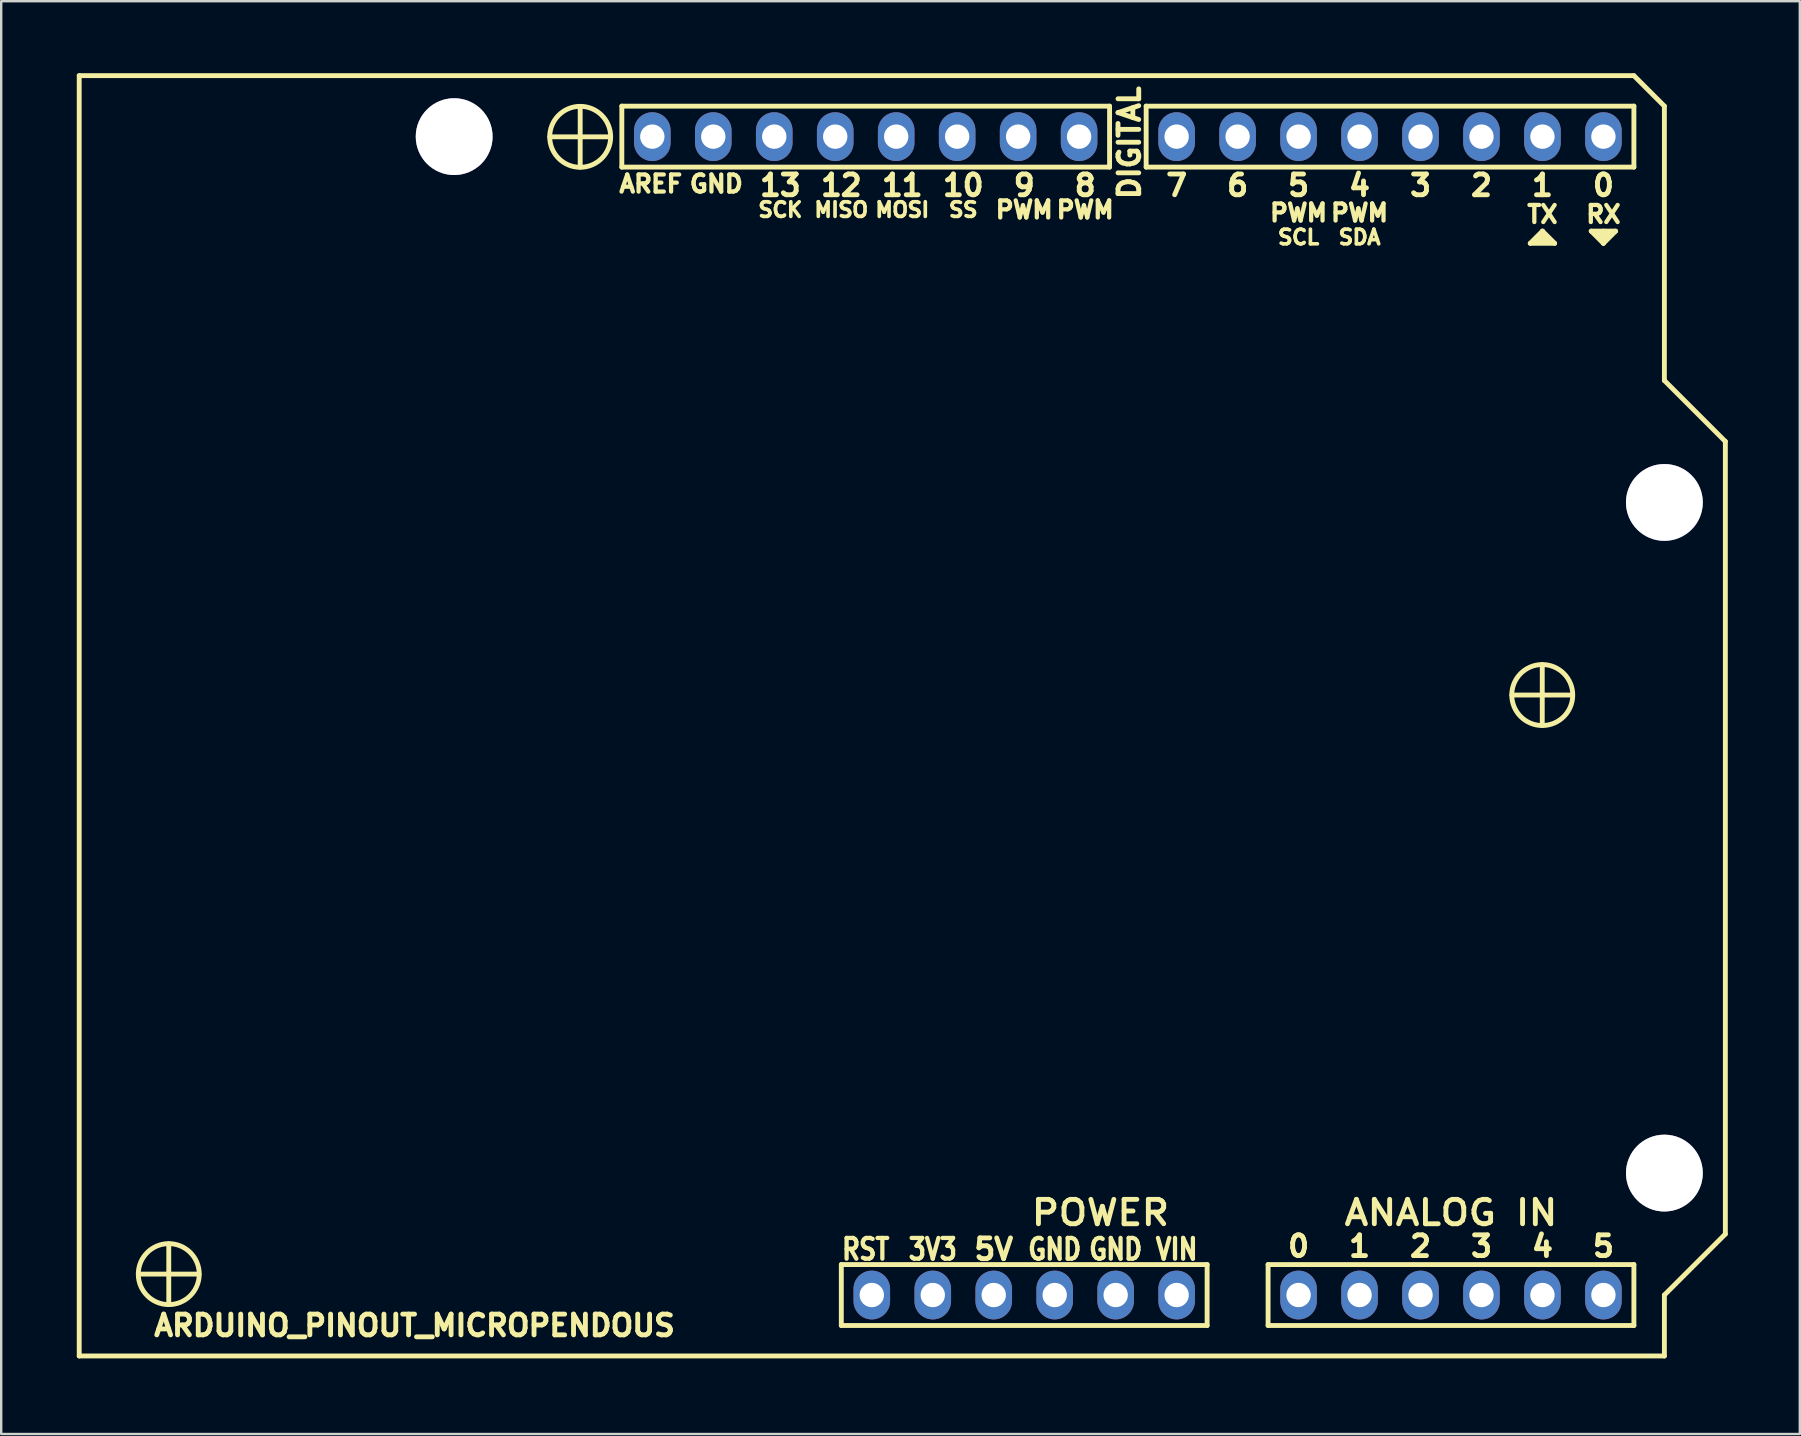
<source format=kicad_pcb>
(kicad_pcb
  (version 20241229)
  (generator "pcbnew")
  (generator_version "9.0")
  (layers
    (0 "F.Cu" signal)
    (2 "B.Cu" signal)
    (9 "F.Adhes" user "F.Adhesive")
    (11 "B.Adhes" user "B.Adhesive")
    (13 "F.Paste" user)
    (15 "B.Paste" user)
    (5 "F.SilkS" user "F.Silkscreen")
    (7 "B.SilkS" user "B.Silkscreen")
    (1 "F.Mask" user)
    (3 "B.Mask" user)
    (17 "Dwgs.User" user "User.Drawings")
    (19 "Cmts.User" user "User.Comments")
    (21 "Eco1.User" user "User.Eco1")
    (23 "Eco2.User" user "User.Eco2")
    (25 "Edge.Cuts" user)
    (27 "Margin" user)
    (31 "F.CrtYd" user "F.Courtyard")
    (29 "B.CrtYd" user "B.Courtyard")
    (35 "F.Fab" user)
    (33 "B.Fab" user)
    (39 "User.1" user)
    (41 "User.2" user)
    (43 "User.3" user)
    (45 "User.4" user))
  (footprint "ARDUINO_PINOUT_MICROPENDOUS"
    (layer "F.Cu")
    (at 0.25 53.442)
    (property "Reference" "ARDUINO_PINOUT_MICROPENDOUS" (at 13.97 -1.27 0) (layer "F.SilkS") (effects (font (size 0.864 0.864) (thickness 0.203))))
    (attr through_hole)
    (fp_line (start 0 -53.34) (end 0 0) (stroke (width 0.203) (type solid)) (layer "F.SilkS"))
    (fp_line (start 3.731 -3.411) (end 2.466 -3.411) (stroke (width 0.203) (type solid)) (layer "F.SilkS"))
    (fp_line (start 3.731 -3.411) (end 3.731 -4.674) (stroke (width 0.203) (type solid)) (layer "F.SilkS"))
    (fp_line (start 3.731 -3.411) (end 3.731 -2.151) (stroke (width 0.203) (type solid)) (layer "F.SilkS"))
    (fp_line (start 3.731 -3.411) (end 4.991 -3.411) (stroke (width 0.203) (type solid)) (layer "F.SilkS"))
    (fp_line (start 20.871 -50.792) (end 19.604 -50.792) (stroke (width 0.203) (type solid)) (layer "F.SilkS"))
    (fp_line (start 20.871 -50.792) (end 20.871 -52.057) (stroke (width 0.203) (type solid)) (layer "F.SilkS"))
    (fp_line (start 20.871 -50.792) (end 20.871 -49.53) (stroke (width 0.203) (type solid)) (layer "F.SilkS"))
    (fp_line (start 20.871 -50.792) (end 22.128 -50.792) (stroke (width 0.203) (type solid)) (layer "F.SilkS"))
    (fp_line (start 22.606 -52.07) (end 22.606 -49.53) (stroke (width 0.203) (type solid)) (layer "F.SilkS"))
    (fp_line (start 22.606 -49.53) (end 42.926 -49.53) (stroke (width 0.203) (type solid)) (layer "F.SilkS"))
    (fp_line (start 31.75 -3.81) (end 31.75 -1.27) (stroke (width 0.203) (type solid)) (layer "F.SilkS"))
    (fp_line (start 31.75 -1.27) (end 46.99 -1.27) (stroke (width 0.203) (type solid)) (layer "F.SilkS"))
    (fp_line (start 42.926 -52.07) (end 22.606 -52.07) (stroke (width 0.203) (type solid)) (layer "F.SilkS"))
    (fp_line (start 42.926 -49.53) (end 42.926 -52.07) (stroke (width 0.203) (type solid)) (layer "F.SilkS"))
    (fp_line (start 44.45 -52.07) (end 44.45 -49.53) (stroke (width 0.203) (type solid)) (layer "F.SilkS"))
    (fp_line (start 44.45 -49.53) (end 64.77 -49.53) (stroke (width 0.203) (type solid)) (layer "F.SilkS"))
    (fp_line (start 46.99 -3.81) (end 31.75 -3.81) (stroke (width 0.203) (type solid)) (layer "F.SilkS"))
    (fp_line (start 46.99 -3.81) (end 46.99 -1.27) (stroke (width 0.203) (type solid)) (layer "F.SilkS"))
    (fp_line (start 49.53 -3.81) (end 64.77 -3.81) (stroke (width 0.203) (type solid)) (layer "F.SilkS"))
    (fp_line (start 49.53 -1.27) (end 49.53 -3.81) (stroke (width 0.203) (type solid)) (layer "F.SilkS"))
    (fp_line (start 60.452 -46.355) (end 60.96 -46.863) (stroke (width 0.203) (type solid)) (layer "F.SilkS"))
    (fp_line (start 60.706 -46.482) (end 61.214 -46.482) (stroke (width 0.203) (type solid)) (layer "F.SilkS"))
    (fp_line (start 60.833 -46.609) (end 61.087 -46.609) (stroke (width 0.203) (type solid)) (layer "F.SilkS"))
    (fp_line (start 60.952 -27.536) (end 59.685 -27.536) (stroke (width 0.203) (type solid)) (layer "F.SilkS"))
    (fp_line (start 60.952 -27.536) (end 60.952 -28.801) (stroke (width 0.203) (type solid)) (layer "F.SilkS"))
    (fp_line (start 60.952 -27.536) (end 60.952 -26.274) (stroke (width 0.203) (type solid)) (layer "F.SilkS"))
    (fp_line (start 60.952 -27.536) (end 62.215 -27.536) (stroke (width 0.203) (type solid)) (layer "F.SilkS"))
    (fp_line (start 60.96 -46.863) (end 60.96 -46.482) (stroke (width 0.203) (type solid)) (layer "F.SilkS"))
    (fp_line (start 60.96 -46.863) (end 61.468 -46.355) (stroke (width 0.203) (type solid)) (layer "F.SilkS"))
    (fp_line (start 61.468 -46.355) (end 60.452 -46.355) (stroke (width 0.203) (type solid)) (layer "F.SilkS"))
    (fp_line (start 62.992 -46.863) (end 64.008 -46.863) (stroke (width 0.203) (type solid)) (layer "F.SilkS"))
    (fp_line (start 63.246 -46.736) (end 63.754 -46.736) (stroke (width 0.203) (type solid)) (layer "F.SilkS"))
    (fp_line (start 63.373 -46.609) (end 63.627 -46.609) (stroke (width 0.203) (type solid)) (layer "F.SilkS"))
    (fp_line (start 63.5 -46.355) (end 62.992 -46.863) (stroke (width 0.203) (type solid)) (layer "F.SilkS"))
    (fp_line (start 63.5 -46.355) (end 63.5 -46.863) (stroke (width 0.203) (type solid)) (layer "F.SilkS"))
    (fp_line (start 64.008 -46.863) (end 63.5 -46.355) (stroke (width 0.203) (type solid)) (layer "F.SilkS"))
    (fp_line (start 64.77 -53.34) (end 0 -53.34) (stroke (width 0.203) (type solid)) (layer "F.SilkS"))
    (fp_line (start 64.77 -53.34) (end 66.04 -52.07) (stroke (width 0.203) (type solid)) (layer "F.SilkS"))
    (fp_line (start 64.77 -52.07) (end 44.45 -52.07) (stroke (width 0.203) (type solid)) (layer "F.SilkS"))
    (fp_line (start 64.77 -49.53) (end 64.77 -52.07) (stroke (width 0.203) (type solid)) (layer "F.SilkS"))
    (fp_line (start 64.77 -3.81) (end 64.77 -1.27) (stroke (width 0.203) (type solid)) (layer "F.SilkS"))
    (fp_line (start 64.77 -1.27) (end 49.53 -1.27) (stroke (width 0.203) (type solid)) (layer "F.SilkS"))
    (fp_line (start 66.04 -52.07) (end 66.04 -40.64) (stroke (width 0.203) (type solid)) (layer "F.SilkS"))
    (fp_line (start 66.04 -40.64) (end 68.58 -38.1) (stroke (width 0.203) (type solid)) (layer "F.SilkS"))
    (fp_line (start 66.04 -2.54) (end 68.58 -5.08) (stroke (width 0.203) (type solid)) (layer "F.SilkS"))
    (fp_line (start 66.04 0) (end 0 0) (stroke (width 0.203) (type solid)) (layer "F.SilkS"))
    (fp_line (start 66.04 0) (end 66.04 -2.54) (stroke (width 0.203) (type solid)) (layer "F.SilkS"))
    (fp_line (start 68.58 -38.1) (end 68.58 -5.08) (stroke (width 0.203) (type solid)) (layer "F.SilkS"))
    (fp_circle (center 3.731 -3.411) (end 5.001 -3.411) (stroke (width 0.203) (type solid)) (fill no) (layer "F.SilkS"))
    (fp_circle (center 20.871 -50.792) (end 22.141 -50.792) (stroke (width 0.203) (type solid)) (fill no) (layer "F.SilkS"))
    (fp_circle (center 60.952 -27.536) (end 62.222 -27.536) (stroke (width 0.203) (type solid)) (fill no) (layer "F.SilkS"))
    (fp_text user "POWER" (at 42.545 -5.969 0) (layer "F.SilkS") (effects (font (size 1.016 1.118) (thickness 0.203))))
    (fp_text user "SDA" (at 53.34 -46.609 0) (layer "F.SilkS") (effects (font (size 0.61 0.61) (thickness 0.152))))
    (fp_text user "2" (at 55.88 -4.572 0) (layer "F.SilkS") (effects (font (size 0.864 0.864) (thickness 0.203))))
    (fp_text user "6" (at 48.26 -48.768 0) (layer "F.SilkS") (effects (font (size 0.864 0.864) (thickness 0.203))))
    (fp_text user "DIGITAL" (at 43.752 -50.546 90) (layer "F.SilkS") (effects (font (size 0.864 0.864) (thickness 0.203))))
    (fp_text user "4" (at 53.34 -48.768 0) (layer "F.SilkS") (effects (font (size 0.864 0.864) (thickness 0.203))))
    (fp_text user "TX" (at 60.96 -47.562 0) (layer "F.SilkS") (effects (font (size 0.711 0.711) (thickness 0.178))))
    (fp_text user "SS" (at 36.83 -47.752 0) (layer "F.SilkS") (effects (font (size 0.61 0.61) (thickness 0.152))))
    (fp_text user "ANALOG IN" (at 57.15 -5.969 0) (layer "F.SilkS") (effects (font (size 1.016 1.118) (thickness 0.203))))
    (fp_text user "0" (at 63.5 -48.768 0) (layer "F.SilkS") (effects (font (size 0.864 0.864) (thickness 0.203))))
    (fp_text user "RX" (at 63.5 -47.562 0) (layer "F.SilkS") (effects (font (size 0.711 0.711) (thickness 0.178))))
    (fp_text user "SCK" (at 29.21 -47.752 0) (layer "F.SilkS") (effects (font (size 0.61 0.61) (thickness 0.152))))
    (fp_text user "3" (at 55.88 -48.768 0) (layer "F.SilkS") (effects (font (size 0.864 0.864) (thickness 0.203))))
    (fp_text user "5V" (at 38.1 -4.445 0) (layer "F.SilkS") (effects (font (size 0.864 0.864) (thickness 0.203))))
    (fp_text user "5" (at 50.8 -48.768 0) (layer "F.SilkS") (effects (font (size 0.864 0.864) (thickness 0.203))))
    (fp_text user "1" (at 53.34 -4.572 0) (layer "F.SilkS") (effects (font (size 0.864 0.864) (thickness 0.203))))
    (fp_text user "GND" (at 40.64 -4.445 0) (layer "F.SilkS") (effects (font (size 0.864 0.711) (thickness 0.178))))
    (fp_text user "PWM" (at 53.34 -47.625 0) (layer "F.SilkS") (effects (font (size 0.711 0.711) (thickness 0.178))))
    (fp_text user "5" (at 63.5 -4.572 0) (layer "F.SilkS") (effects (font (size 0.864 0.864) (thickness 0.203))))
    (fp_text user "PWM" (at 39.37 -47.752 0) (layer "F.SilkS") (effects (font (size 0.711 0.711) (thickness 0.178))))
    (fp_text user "10" (at 36.83 -48.768 0) (layer "F.SilkS") (effects (font (size 0.864 0.864) (thickness 0.203))))
    (fp_text user "PWM" (at 50.8 -47.625 0) (layer "F.SilkS") (effects (font (size 0.711 0.711) (thickness 0.178))))
    (fp_text user "GND" (at 43.18 -4.445 0) (layer "F.SilkS") (effects (font (size 0.864 0.711) (thickness 0.178))))
    (fp_text user "AREF" (at 23.812 -48.831 0) (layer "F.SilkS") (effects (font (size 0.711 0.711) (thickness 0.178))))
    (fp_text user "9" (at 39.37 -48.768 0) (layer "F.SilkS") (effects (font (size 0.864 0.864) (thickness 0.203))))
    (fp_text user "RST" (at 32.766 -4.445 0) (layer "F.SilkS") (effects (font (size 0.864 0.711) (thickness 0.178))))
    (fp_text user "SCL" (at 50.8 -46.609 0) (layer "F.SilkS") (effects (font (size 0.61 0.61) (thickness 0.152))))
    (fp_text user "0" (at 50.8 -4.572 0) (layer "F.SilkS") (effects (font (size 0.864 0.864) (thickness 0.203))))
    (fp_text user "3" (at 58.42 -4.572 0) (layer "F.SilkS") (effects (font (size 0.864 0.864) (thickness 0.203))))
    (fp_text user "3V3" (at 35.56 -4.445 0) (layer "F.SilkS") (effects (font (size 0.864 0.711) (thickness 0.178))))
    (fp_text user "2" (at 58.42 -48.768 0) (layer "F.SilkS") (effects (font (size 0.864 0.864) (thickness 0.203))))
    (fp_text user "1" (at 60.96 -48.768 0) (layer "F.SilkS") (effects (font (size 0.864 0.864) (thickness 0.203))))
    (fp_text user "4" (at 60.96 -4.572 0) (layer "F.SilkS") (effects (font (size 0.864 0.864) (thickness 0.203))))
    (fp_text user "GND" (at 26.543 -48.831 0) (layer "F.SilkS") (effects (font (size 0.711 0.711) (thickness 0.178))))
    (fp_text user "8" (at 41.91 -48.768 0) (layer "F.SilkS") (effects (font (size 0.864 0.864) (thickness 0.203))))
    (fp_text user "13" (at 29.21 -48.768 0) (layer "F.SilkS") (effects (font (size 0.864 0.864) (thickness 0.203))))
    (fp_text user "PWM" (at 41.91 -47.752 0) (layer "F.SilkS") (effects (font (size 0.711 0.711) (thickness 0.178))))
    (fp_text user "VIN" (at 45.72 -4.445 0) (layer "F.SilkS") (effects (font (size 0.864 0.711) (thickness 0.178))))
    (fp_text user "12" (at 31.75 -48.768 0) (layer "F.SilkS") (effects (font (size 0.864 0.864) (thickness 0.203))))
    (fp_text user "MISO" (at 31.75 -47.752 0) (layer "F.SilkS") (effects (font (size 0.61 0.61) (thickness 0.152))))
    (fp_text user "MOSI" (at 34.29 -47.752 0) (layer "F.SilkS") (effects (font (size 0.61 0.61) (thickness 0.152))))
    (fp_text user "7" (at 45.72 -48.768 0) (layer "F.SilkS") (effects (font (size 0.864 0.864) (thickness 0.203))))
    (fp_text user "11" (at 34.29 -48.768 0) (layer "F.SilkS") (effects (font (size 0.864 0.864) (thickness 0.203))))
    (pad "0" thru_hole circle (at 15.621 -50.8) (size 3.2 3.2) (drill 3.2) (layers "*.Cu"))
    (pad "0" thru_hole circle (at 66.04 -35.56) (size 3.2 3.2) (drill 3.2) (layers "*.Cu"))
    (pad "0" thru_hole circle (at 66.04 -7.62) (size 3.2 3.2) (drill 3.2) (layers "*.Cu"))
    (pad "1" thru_hole oval (at 63.5 -50.8) (size 1.524 2.032) (drill 1.016) (layers "*.Cu" "*.Mask"))
    (pad "2" thru_hole oval (at 60.96 -50.8) (size 1.524 2.032) (drill 1.016) (layers "*.Cu" "*.Mask"))
    (pad "3" thru_hole oval (at 58.42 -50.8) (size 1.524 2.032) (drill 1.016) (layers "*.Cu" "*.Mask"))
    (pad "4" thru_hole oval (at 55.88 -50.8) (size 1.524 2.032) (drill 1.016) (layers "*.Cu" "*.Mask"))
    (pad "5" thru_hole oval (at 53.34 -50.8) (size 1.524 2.032) (drill 1.016) (layers "*.Cu" "*.Mask"))
    (pad "6" thru_hole oval (at 50.8 -50.8) (size 1.524 2.032) (drill 1.016) (layers "*.Cu" "*.Mask"))
    (pad "7" thru_hole oval (at 48.26 -50.8) (size 1.524 2.032) (drill 1.016) (layers "*.Cu" "*.Mask"))
    (pad "8" thru_hole oval (at 45.72 -50.8) (size 1.524 2.032) (drill 1.016) (layers "*.Cu" "*.Mask"))
    (pad "9" thru_hole oval (at 41.656 -50.8) (size 1.524 2.032) (drill 1.016) (layers "*.Cu" "*.Mask"))
    (pad "10" thru_hole oval (at 39.116 -50.8) (size 1.524 2.032) (drill 1.016) (layers "*.Cu" "*.Mask"))
    (pad "11" thru_hole oval (at 36.576 -50.8) (size 1.524 2.032) (drill 1.016) (layers "*.Cu" "*.Mask"))
    (pad "12" thru_hole oval (at 34.036 -50.8) (size 1.524 2.032) (drill 1.016) (layers "*.Cu" "*.Mask"))
    (pad "13" thru_hole oval (at 31.496 -50.8) (size 1.524 2.032) (drill 1.016) (layers "*.Cu" "*.Mask"))
    (pad "14" thru_hole oval (at 28.956 -50.8) (size 1.524 2.032) (drill 1.016) (layers "*.Cu" "*.Mask"))
    (pad "15" thru_hole oval (at 26.416 -50.8) (size 1.524 2.032) (drill 1.016) (layers "*.Cu" "*.Mask"))
    (pad "16" thru_hole oval (at 23.876 -50.8) (size 1.524 2.032) (drill 1.016) (layers "*.Cu" "*.Mask"))
    (pad "17" thru_hole oval (at 63.5 -2.54) (size 1.524 2.032) (drill 1.016) (layers "*.Cu" "*.Mask"))
    (pad "18" thru_hole oval (at 60.96 -2.54) (size 1.524 2.032) (drill 1.016) (layers "*.Cu" "*.Mask"))
    (pad "19" thru_hole oval (at 58.42 -2.54) (size 1.524 2.032) (drill 1.016) (layers "*.Cu" "*.Mask"))
    (pad "20" thru_hole oval (at 55.88 -2.54) (size 1.524 2.032) (drill 1.016) (layers "*.Cu" "*.Mask"))
    (pad "21" thru_hole oval (at 53.34 -2.54) (size 1.524 2.032) (drill 1.016) (layers "*.Cu" "*.Mask"))
    (pad "22" thru_hole oval (at 50.8 -2.54) (size 1.524 2.032) (drill 1.016) (layers "*.Cu" "*.Mask"))
    (pad "23" thru_hole oval (at 45.72 -2.54) (size 1.524 2.032) (drill 1.016) (layers "*.Cu" "*.Mask"))
    (pad "24" thru_hole oval (at 43.18 -2.54) (size 1.524 2.032) (drill 1.016) (layers "*.Cu" "*.Mask"))
    (pad "25" thru_hole oval (at 40.64 -2.54) (size 1.524 2.032) (drill 1.016) (layers "*.Cu" "*.Mask"))
    (pad "26" thru_hole oval (at 38.1 -2.54) (size 1.524 2.032) (drill 1.016) (layers "*.Cu" "*.Mask"))
    (pad "27" thru_hole oval (at 35.56 -2.54) (size 1.524 2.032) (drill 1.016) (layers "*.Cu" "*.Mask"))
    (pad "28" thru_hole oval (at 33.02 -2.54) (size 1.524 2.032) (drill 1.016) (layers "*.Cu" "*.Mask")))
  (gr_rect
    (start -3 -3)
    (end 71.932 56.692)
    (stroke (width 0.1) (type default))
    (fill no)
    (layer "Edge.Cuts")))
</source>
